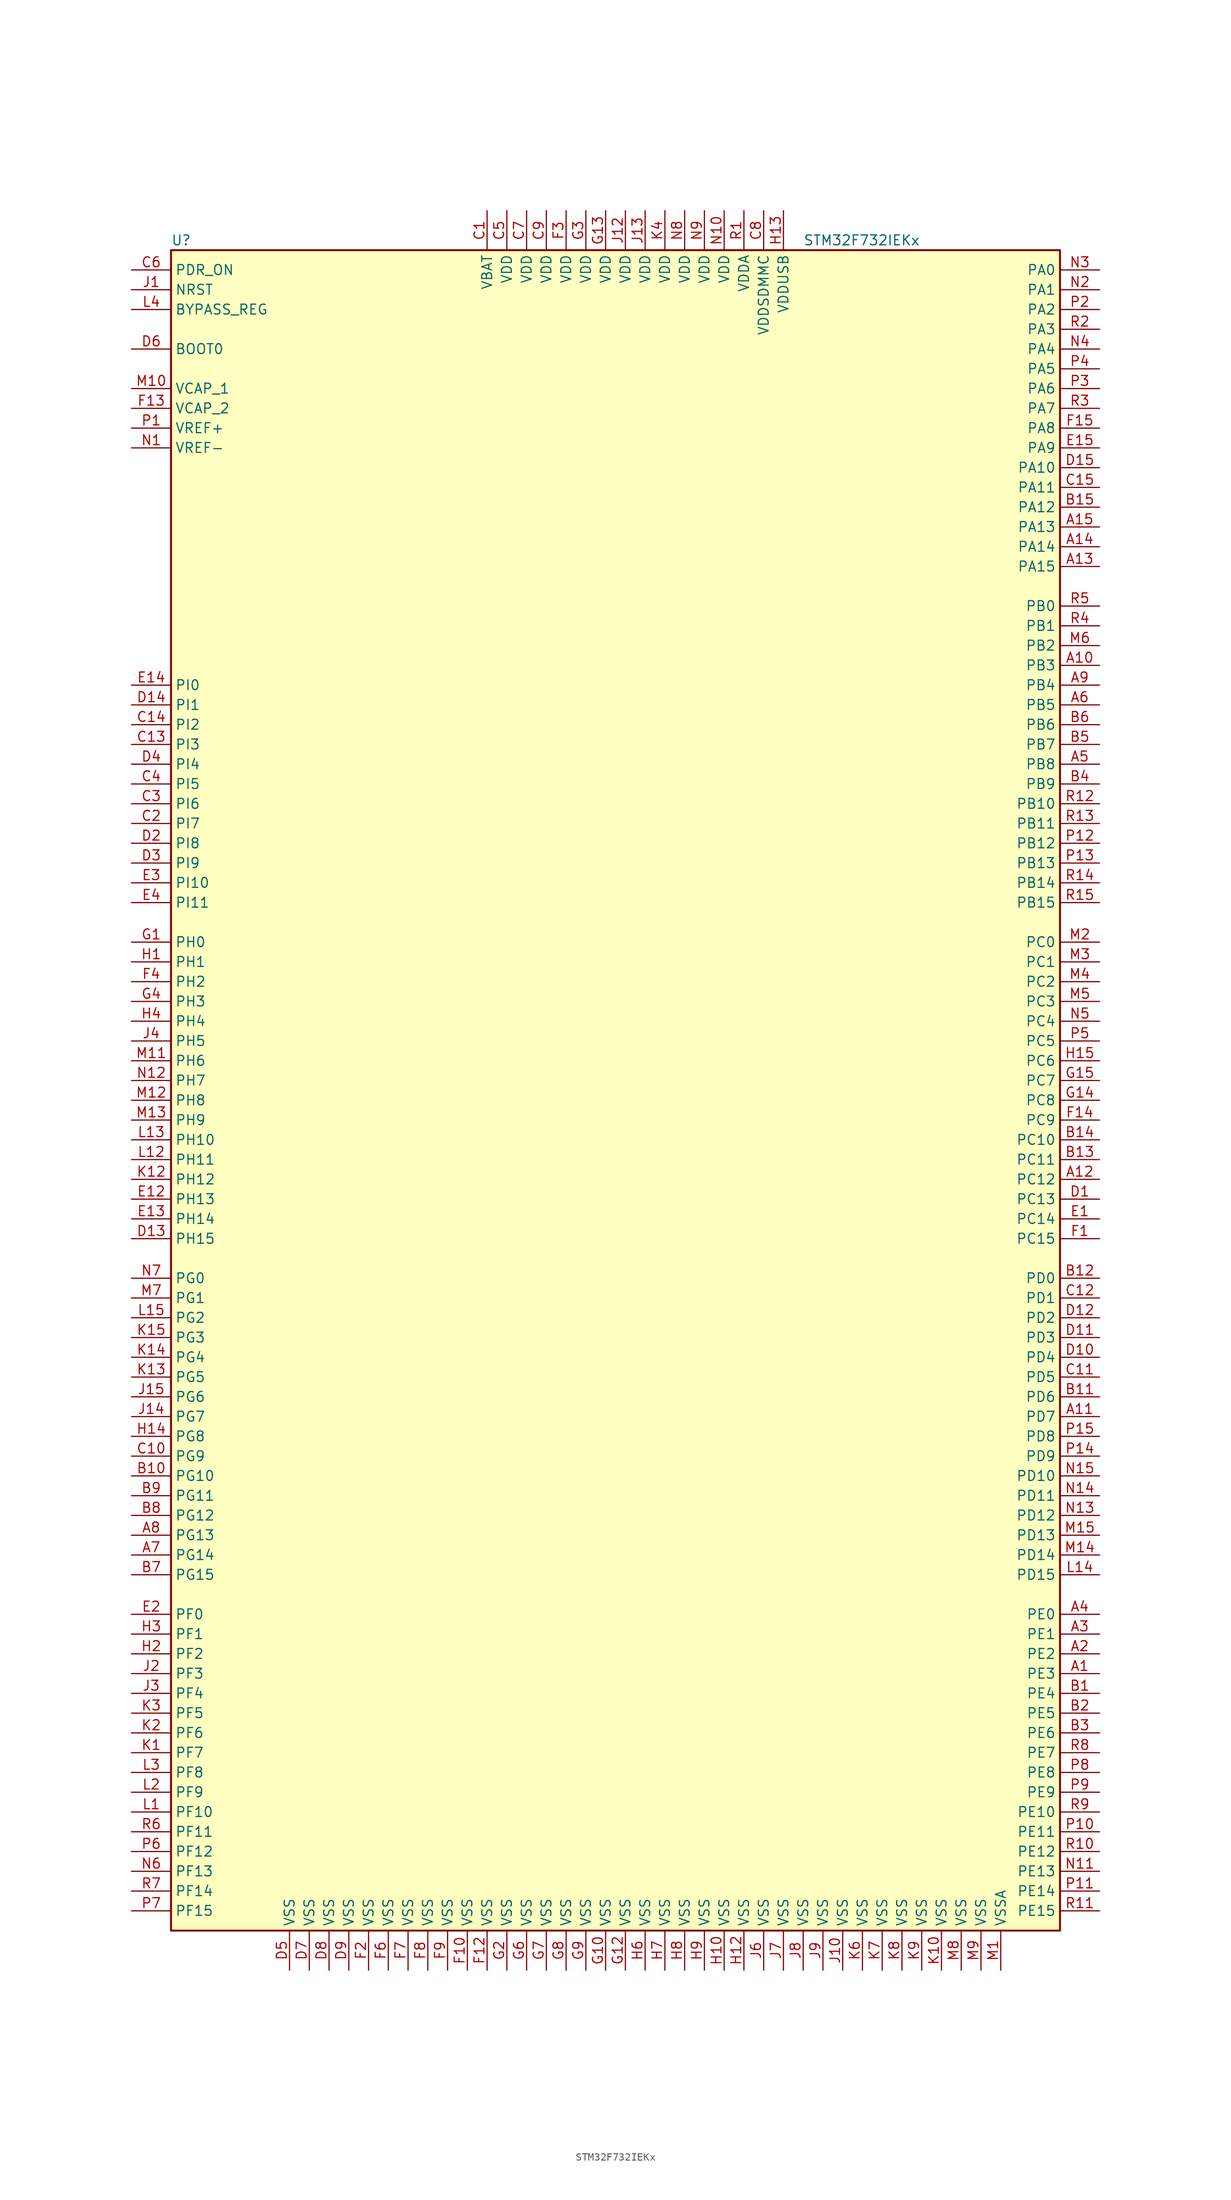
<source format=kicad_sym>
(kicad_symbol_lib
  (version 20201005)
  (generator kicad_symbol_editor)
  (symbol "STM32F732IEKx"
    (property "Reference" "U"
      (at -58.42 107.95 0)
      (effects (font (size 1.27 1.27)) (justify left)))
    (property "Value" "STM32F732IEKx"
      (at 22.86 107.95 0)
      (effects (font (size 1.27 1.27)) (justify left)))
    (symbol "STM32F732IEKx_0_1"
      (rectangle (start -58.42 -109.22) (end 55.88 106.68) (stroke (width 0.254)) (fill (type background))))
    (symbol "STM32F732IEKx_1_1"
      (pin input line (at -63.5 93.98 0) (length 5.08) (name "BOOT0" (effects (font (size 1.27 1.27)))) (number "D6" (effects (font (size 1.27 1.27)))))
      (pin input line (at -63.5 99.06 0) (length 5.08) (name "BYPASS_REG" (effects (font (size 1.27 1.27)))) (number "L4" (effects (font (size 1.27 1.27)))))
      (pin input line (at -63.5 101.6 0) (length 5.08) (name "NRST" (effects (font (size 1.27 1.27)))) (number "J1" (effects (font (size 1.27 1.27)))))
      (pin bidirectional line (at 60.96 104.14 180) (length 5.08) (name "PA0" (effects (font (size 1.27 1.27)))) (number "N3" (effects (font (size 1.27 1.27)))))
      (pin bidirectional line (at 60.96 101.6 180) (length 5.08) (name "PA1" (effects (font (size 1.27 1.27)))) (number "N2" (effects (font (size 1.27 1.27)))))
      (pin bidirectional line (at 60.96 78.74 180) (length 5.08) (name "PA10" (effects (font (size 1.27 1.27)))) (number "D15" (effects (font (size 1.27 1.27)))))
      (pin bidirectional line (at 60.96 76.2 180) (length 5.08) (name "PA11" (effects (font (size 1.27 1.27)))) (number "C15" (effects (font (size 1.27 1.27)))))
      (pin bidirectional line (at 60.96 73.66 180) (length 5.08) (name "PA12" (effects (font (size 1.27 1.27)))) (number "B15" (effects (font (size 1.27 1.27)))))
      (pin bidirectional line (at 60.96 71.12 180) (length 5.08) (name "PA13" (effects (font (size 1.27 1.27)))) (number "A15" (effects (font (size 1.27 1.27)))))
      (pin bidirectional line (at 60.96 68.58 180) (length 5.08) (name "PA14" (effects (font (size 1.27 1.27)))) (number "A14" (effects (font (size 1.27 1.27)))))
      (pin bidirectional line (at 60.96 66.04 180) (length 5.08) (name "PA15" (effects (font (size 1.27 1.27)))) (number "A13" (effects (font (size 1.27 1.27)))))
      (pin bidirectional line (at 60.96 99.06 180) (length 5.08) (name "PA2" (effects (font (size 1.27 1.27)))) (number "P2" (effects (font (size 1.27 1.27)))))
      (pin bidirectional line (at 60.96 96.52 180) (length 5.08) (name "PA3" (effects (font (size 1.27 1.27)))) (number "R2" (effects (font (size 1.27 1.27)))))
      (pin bidirectional line (at 60.96 93.98 180) (length 5.08) (name "PA4" (effects (font (size 1.27 1.27)))) (number "N4" (effects (font (size 1.27 1.27)))))
      (pin bidirectional line (at 60.96 91.44 180) (length 5.08) (name "PA5" (effects (font (size 1.27 1.27)))) (number "P4" (effects (font (size 1.27 1.27)))))
      (pin bidirectional line (at 60.96 88.9 180) (length 5.08) (name "PA6" (effects (font (size 1.27 1.27)))) (number "P3" (effects (font (size 1.27 1.27)))))
      (pin bidirectional line (at 60.96 86.36 180) (length 5.08) (name "PA7" (effects (font (size 1.27 1.27)))) (number "R3" (effects (font (size 1.27 1.27)))))
      (pin bidirectional line (at 60.96 83.82 180) (length 5.08) (name "PA8" (effects (font (size 1.27 1.27)))) (number "F15" (effects (font (size 1.27 1.27)))))
      (pin bidirectional line (at 60.96 81.28 180) (length 5.08) (name "PA9" (effects (font (size 1.27 1.27)))) (number "E15" (effects (font (size 1.27 1.27)))))
      (pin bidirectional line (at 60.96 60.96 180) (length 5.08) (name "PB0" (effects (font (size 1.27 1.27)))) (number "R5" (effects (font (size 1.27 1.27)))))
      (pin bidirectional line (at 60.96 58.42 180) (length 5.08) (name "PB1" (effects (font (size 1.27 1.27)))) (number "R4" (effects (font (size 1.27 1.27)))))
      (pin bidirectional line (at 60.96 35.56 180) (length 5.08) (name "PB10" (effects (font (size 1.27 1.27)))) (number "R12" (effects (font (size 1.27 1.27)))))
      (pin bidirectional line (at 60.96 33.02 180) (length 5.08) (name "PB11" (effects (font (size 1.27 1.27)))) (number "R13" (effects (font (size 1.27 1.27)))))
      (pin bidirectional line (at 60.96 30.48 180) (length 5.08) (name "PB12" (effects (font (size 1.27 1.27)))) (number "P12" (effects (font (size 1.27 1.27)))))
      (pin bidirectional line (at 60.96 27.94 180) (length 5.08) (name "PB13" (effects (font (size 1.27 1.27)))) (number "P13" (effects (font (size 1.27 1.27)))))
      (pin bidirectional line (at 60.96 25.4 180) (length 5.08) (name "PB14" (effects (font (size 1.27 1.27)))) (number "R14" (effects (font (size 1.27 1.27)))))
      (pin bidirectional line (at 60.96 22.86 180) (length 5.08) (name "PB15" (effects (font (size 1.27 1.27)))) (number "R15" (effects (font (size 1.27 1.27)))))
      (pin bidirectional line (at 60.96 55.88 180) (length 5.08) (name "PB2" (effects (font (size 1.27 1.27)))) (number "M6" (effects (font (size 1.27 1.27)))))
      (pin bidirectional line (at 60.96 53.34 180) (length 5.08) (name "PB3" (effects (font (size 1.27 1.27)))) (number "A10" (effects (font (size 1.27 1.27)))))
      (pin bidirectional line (at 60.96 50.8 180) (length 5.08) (name "PB4" (effects (font (size 1.27 1.27)))) (number "A9" (effects (font (size 1.27 1.27)))))
      (pin bidirectional line (at 60.96 48.26 180) (length 5.08) (name "PB5" (effects (font (size 1.27 1.27)))) (number "A6" (effects (font (size 1.27 1.27)))))
      (pin bidirectional line (at 60.96 45.72 180) (length 5.08) (name "PB6" (effects (font (size 1.27 1.27)))) (number "B6" (effects (font (size 1.27 1.27)))))
      (pin bidirectional line (at 60.96 43.18 180) (length 5.08) (name "PB7" (effects (font (size 1.27 1.27)))) (number "B5" (effects (font (size 1.27 1.27)))))
      (pin bidirectional line (at 60.96 40.64 180) (length 5.08) (name "PB8" (effects (font (size 1.27 1.27)))) (number "A5" (effects (font (size 1.27 1.27)))))
      (pin bidirectional line (at 60.96 38.1 180) (length 5.08) (name "PB9" (effects (font (size 1.27 1.27)))) (number "B4" (effects (font (size 1.27 1.27)))))
      (pin bidirectional line (at 60.96 17.78 180) (length 5.08) (name "PC0" (effects (font (size 1.27 1.27)))) (number "M2" (effects (font (size 1.27 1.27)))))
      (pin bidirectional line (at 60.96 15.24 180) (length 5.08) (name "PC1" (effects (font (size 1.27 1.27)))) (number "M3" (effects (font (size 1.27 1.27)))))
      (pin bidirectional line (at 60.96 -7.62 180) (length 5.08) (name "PC10" (effects (font (size 1.27 1.27)))) (number "B14" (effects (font (size 1.27 1.27)))))
      (pin bidirectional line (at 60.96 -10.16 180) (length 5.08) (name "PC11" (effects (font (size 1.27 1.27)))) (number "B13" (effects (font (size 1.27 1.27)))))
      (pin bidirectional line (at 60.96 -12.7 180) (length 5.08) (name "PC12" (effects (font (size 1.27 1.27)))) (number "A12" (effects (font (size 1.27 1.27)))))
      (pin bidirectional line (at 60.96 -15.24 180) (length 5.08) (name "PC13" (effects (font (size 1.27 1.27)))) (number "D1" (effects (font (size 1.27 1.27)))))
      (pin bidirectional line (at 60.96 -17.78 180) (length 5.08) (name "PC14" (effects (font (size 1.27 1.27)))) (number "E1" (effects (font (size 1.27 1.27)))))
      (pin bidirectional line (at 60.96 -20.32 180) (length 5.08) (name "PC15" (effects (font (size 1.27 1.27)))) (number "F1" (effects (font (size 1.27 1.27)))))
      (pin bidirectional line (at 60.96 12.7 180) (length 5.08) (name "PC2" (effects (font (size 1.27 1.27)))) (number "M4" (effects (font (size 1.27 1.27)))))
      (pin bidirectional line (at 60.96 10.16 180) (length 5.08) (name "PC3" (effects (font (size 1.27 1.27)))) (number "M5" (effects (font (size 1.27 1.27)))))
      (pin bidirectional line (at 60.96 7.62 180) (length 5.08) (name "PC4" (effects (font (size 1.27 1.27)))) (number "N5" (effects (font (size 1.27 1.27)))))
      (pin bidirectional line (at 60.96 5.08 180) (length 5.08) (name "PC5" (effects (font (size 1.27 1.27)))) (number "P5" (effects (font (size 1.27 1.27)))))
      (pin bidirectional line (at 60.96 2.54 180) (length 5.08) (name "PC6" (effects (font (size 1.27 1.27)))) (number "H15" (effects (font (size 1.27 1.27)))))
      (pin bidirectional line (at 60.96 0 180) (length 5.08) (name "PC7" (effects (font (size 1.27 1.27)))) (number "G15" (effects (font (size 1.27 1.27)))))
      (pin bidirectional line (at 60.96 -2.54 180) (length 5.08) (name "PC8" (effects (font (size 1.27 1.27)))) (number "G14" (effects (font (size 1.27 1.27)))))
      (pin bidirectional line (at 60.96 -5.08 180) (length 5.08) (name "PC9" (effects (font (size 1.27 1.27)))) (number "F14" (effects (font (size 1.27 1.27)))))
      (pin bidirectional line (at 60.96 -25.4 180) (length 5.08) (name "PD0" (effects (font (size 1.27 1.27)))) (number "B12" (effects (font (size 1.27 1.27)))))
      (pin bidirectional line (at 60.96 -27.94 180) (length 5.08) (name "PD1" (effects (font (size 1.27 1.27)))) (number "C12" (effects (font (size 1.27 1.27)))))
      (pin bidirectional line (at 60.96 -50.8 180) (length 5.08) (name "PD10" (effects (font (size 1.27 1.27)))) (number "N15" (effects (font (size 1.27 1.27)))))
      (pin bidirectional line (at 60.96 -53.34 180) (length 5.08) (name "PD11" (effects (font (size 1.27 1.27)))) (number "N14" (effects (font (size 1.27 1.27)))))
      (pin bidirectional line (at 60.96 -55.88 180) (length 5.08) (name "PD12" (effects (font (size 1.27 1.27)))) (number "N13" (effects (font (size 1.27 1.27)))))
      (pin bidirectional line (at 60.96 -58.42 180) (length 5.08) (name "PD13" (effects (font (size 1.27 1.27)))) (number "M15" (effects (font (size 1.27 1.27)))))
      (pin bidirectional line (at 60.96 -60.96 180) (length 5.08) (name "PD14" (effects (font (size 1.27 1.27)))) (number "M14" (effects (font (size 1.27 1.27)))))
      (pin bidirectional line (at 60.96 -63.5 180) (length 5.08) (name "PD15" (effects (font (size 1.27 1.27)))) (number "L14" (effects (font (size 1.27 1.27)))))
      (pin bidirectional line (at 60.96 -30.48 180) (length 5.08) (name "PD2" (effects (font (size 1.27 1.27)))) (number "D12" (effects (font (size 1.27 1.27)))))
      (pin bidirectional line (at 60.96 -33.02 180) (length 5.08) (name "PD3" (effects (font (size 1.27 1.27)))) (number "D11" (effects (font (size 1.27 1.27)))))
      (pin bidirectional line (at 60.96 -35.56 180) (length 5.08) (name "PD4" (effects (font (size 1.27 1.27)))) (number "D10" (effects (font (size 1.27 1.27)))))
      (pin bidirectional line (at 60.96 -38.1 180) (length 5.08) (name "PD5" (effects (font (size 1.27 1.27)))) (number "C11" (effects (font (size 1.27 1.27)))))
      (pin bidirectional line (at 60.96 -40.64 180) (length 5.08) (name "PD6" (effects (font (size 1.27 1.27)))) (number "B11" (effects (font (size 1.27 1.27)))))
      (pin bidirectional line (at 60.96 -43.18 180) (length 5.08) (name "PD7" (effects (font (size 1.27 1.27)))) (number "A11" (effects (font (size 1.27 1.27)))))
      (pin bidirectional line (at 60.96 -45.72 180) (length 5.08) (name "PD8" (effects (font (size 1.27 1.27)))) (number "P15" (effects (font (size 1.27 1.27)))))
      (pin bidirectional line (at 60.96 -48.26 180) (length 5.08) (name "PD9" (effects (font (size 1.27 1.27)))) (number "P14" (effects (font (size 1.27 1.27)))))
      (pin input line (at -63.5 104.14 0) (length 5.08) (name "PDR_ON" (effects (font (size 1.27 1.27)))) (number "C6" (effects (font (size 1.27 1.27)))))
      (pin bidirectional line (at 60.96 -68.58 180) (length 5.08) (name "PE0" (effects (font (size 1.27 1.27)))) (number "A4" (effects (font (size 1.27 1.27)))))
      (pin bidirectional line (at 60.96 -71.12 180) (length 5.08) (name "PE1" (effects (font (size 1.27 1.27)))) (number "A3" (effects (font (size 1.27 1.27)))))
      (pin bidirectional line (at 60.96 -93.98 180) (length 5.08) (name "PE10" (effects (font (size 1.27 1.27)))) (number "R9" (effects (font (size 1.27 1.27)))))
      (pin bidirectional line (at 60.96 -96.52 180) (length 5.08) (name "PE11" (effects (font (size 1.27 1.27)))) (number "P10" (effects (font (size 1.27 1.27)))))
      (pin bidirectional line (at 60.96 -99.06 180) (length 5.08) (name "PE12" (effects (font (size 1.27 1.27)))) (number "R10" (effects (font (size 1.27 1.27)))))
      (pin bidirectional line (at 60.96 -101.6 180) (length 5.08) (name "PE13" (effects (font (size 1.27 1.27)))) (number "N11" (effects (font (size 1.27 1.27)))))
      (pin bidirectional line (at 60.96 -104.14 180) (length 5.08) (name "PE14" (effects (font (size 1.27 1.27)))) (number "P11" (effects (font (size 1.27 1.27)))))
      (pin bidirectional line (at 60.96 -106.68 180) (length 5.08) (name "PE15" (effects (font (size 1.27 1.27)))) (number "R11" (effects (font (size 1.27 1.27)))))
      (pin bidirectional line (at 60.96 -73.66 180) (length 5.08) (name "PE2" (effects (font (size 1.27 1.27)))) (number "A2" (effects (font (size 1.27 1.27)))))
      (pin bidirectional line (at 60.96 -76.2 180) (length 5.08) (name "PE3" (effects (font (size 1.27 1.27)))) (number "A1" (effects (font (size 1.27 1.27)))))
      (pin bidirectional line (at 60.96 -78.74 180) (length 5.08) (name "PE4" (effects (font (size 1.27 1.27)))) (number "B1" (effects (font (size 1.27 1.27)))))
      (pin bidirectional line (at 60.96 -81.28 180) (length 5.08) (name "PE5" (effects (font (size 1.27 1.27)))) (number "B2" (effects (font (size 1.27 1.27)))))
      (pin bidirectional line (at 60.96 -83.82 180) (length 5.08) (name "PE6" (effects (font (size 1.27 1.27)))) (number "B3" (effects (font (size 1.27 1.27)))))
      (pin bidirectional line (at 60.96 -86.36 180) (length 5.08) (name "PE7" (effects (font (size 1.27 1.27)))) (number "R8" (effects (font (size 1.27 1.27)))))
      (pin bidirectional line (at 60.96 -88.9 180) (length 5.08) (name "PE8" (effects (font (size 1.27 1.27)))) (number "P8" (effects (font (size 1.27 1.27)))))
      (pin bidirectional line (at 60.96 -91.44 180) (length 5.08) (name "PE9" (effects (font (size 1.27 1.27)))) (number "P9" (effects (font (size 1.27 1.27)))))
      (pin bidirectional line (at -63.5 -68.58 0) (length 5.08) (name "PF0" (effects (font (size 1.27 1.27)))) (number "E2" (effects (font (size 1.27 1.27)))))
      (pin bidirectional line (at -63.5 -71.12 0) (length 5.08) (name "PF1" (effects (font (size 1.27 1.27)))) (number "H3" (effects (font (size 1.27 1.27)))))
      (pin bidirectional line (at -63.5 -93.98 0) (length 5.08) (name "PF10" (effects (font (size 1.27 1.27)))) (number "L1" (effects (font (size 1.27 1.27)))))
      (pin bidirectional line (at -63.5 -96.52 0) (length 5.08) (name "PF11" (effects (font (size 1.27 1.27)))) (number "R6" (effects (font (size 1.27 1.27)))))
      (pin bidirectional line (at -63.5 -99.06 0) (length 5.08) (name "PF12" (effects (font (size 1.27 1.27)))) (number "P6" (effects (font (size 1.27 1.27)))))
      (pin bidirectional line (at -63.5 -101.6 0) (length 5.08) (name "PF13" (effects (font (size 1.27 1.27)))) (number "N6" (effects (font (size 1.27 1.27)))))
      (pin bidirectional line (at -63.5 -104.14 0) (length 5.08) (name "PF14" (effects (font (size 1.27 1.27)))) (number "R7" (effects (font (size 1.27 1.27)))))
      (pin bidirectional line (at -63.5 -106.68 0) (length 5.08) (name "PF15" (effects (font (size 1.27 1.27)))) (number "P7" (effects (font (size 1.27 1.27)))))
      (pin bidirectional line (at -63.5 -73.66 0) (length 5.08) (name "PF2" (effects (font (size 1.27 1.27)))) (number "H2" (effects (font (size 1.27 1.27)))))
      (pin bidirectional line (at -63.5 -76.2 0) (length 5.08) (name "PF3" (effects (font (size 1.27 1.27)))) (number "J2" (effects (font (size 1.27 1.27)))))
      (pin bidirectional line (at -63.5 -78.74 0) (length 5.08) (name "PF4" (effects (font (size 1.27 1.27)))) (number "J3" (effects (font (size 1.27 1.27)))))
      (pin bidirectional line (at -63.5 -81.28 0) (length 5.08) (name "PF5" (effects (font (size 1.27 1.27)))) (number "K3" (effects (font (size 1.27 1.27)))))
      (pin bidirectional line (at -63.5 -83.82 0) (length 5.08) (name "PF6" (effects (font (size 1.27 1.27)))) (number "K2" (effects (font (size 1.27 1.27)))))
      (pin bidirectional line (at -63.5 -86.36 0) (length 5.08) (name "PF7" (effects (font (size 1.27 1.27)))) (number "K1" (effects (font (size 1.27 1.27)))))
      (pin bidirectional line (at -63.5 -88.9 0) (length 5.08) (name "PF8" (effects (font (size 1.27 1.27)))) (number "L3" (effects (font (size 1.27 1.27)))))
      (pin bidirectional line (at -63.5 -91.44 0) (length 5.08) (name "PF9" (effects (font (size 1.27 1.27)))) (number "L2" (effects (font (size 1.27 1.27)))))
      (pin bidirectional line (at -63.5 -25.4 0) (length 5.08) (name "PG0" (effects (font (size 1.27 1.27)))) (number "N7" (effects (font (size 1.27 1.27)))))
      (pin bidirectional line (at -63.5 -27.94 0) (length 5.08) (name "PG1" (effects (font (size 1.27 1.27)))) (number "M7" (effects (font (size 1.27 1.27)))))
      (pin bidirectional line (at -63.5 -50.8 0) (length 5.08) (name "PG10" (effects (font (size 1.27 1.27)))) (number "B10" (effects (font (size 1.27 1.27)))))
      (pin bidirectional line (at -63.5 -53.34 0) (length 5.08) (name "PG11" (effects (font (size 1.27 1.27)))) (number "B9" (effects (font (size 1.27 1.27)))))
      (pin bidirectional line (at -63.5 -55.88 0) (length 5.08) (name "PG12" (effects (font (size 1.27 1.27)))) (number "B8" (effects (font (size 1.27 1.27)))))
      (pin bidirectional line (at -63.5 -58.42 0) (length 5.08) (name "PG13" (effects (font (size 1.27 1.27)))) (number "A8" (effects (font (size 1.27 1.27)))))
      (pin bidirectional line (at -63.5 -60.96 0) (length 5.08) (name "PG14" (effects (font (size 1.27 1.27)))) (number "A7" (effects (font (size 1.27 1.27)))))
      (pin bidirectional line (at -63.5 -63.5 0) (length 5.08) (name "PG15" (effects (font (size 1.27 1.27)))) (number "B7" (effects (font (size 1.27 1.27)))))
      (pin bidirectional line (at -63.5 -30.48 0) (length 5.08) (name "PG2" (effects (font (size 1.27 1.27)))) (number "L15" (effects (font (size 1.27 1.27)))))
      (pin bidirectional line (at -63.5 -33.02 0) (length 5.08) (name "PG3" (effects (font (size 1.27 1.27)))) (number "K15" (effects (font (size 1.27 1.27)))))
      (pin bidirectional line (at -63.5 -35.56 0) (length 5.08) (name "PG4" (effects (font (size 1.27 1.27)))) (number "K14" (effects (font (size 1.27 1.27)))))
      (pin bidirectional line (at -63.5 -38.1 0) (length 5.08) (name "PG5" (effects (font (size 1.27 1.27)))) (number "K13" (effects (font (size 1.27 1.27)))))
      (pin bidirectional line (at -63.5 -40.64 0) (length 5.08) (name "PG6" (effects (font (size 1.27 1.27)))) (number "J15" (effects (font (size 1.27 1.27)))))
      (pin bidirectional line (at -63.5 -43.18 0) (length 5.08) (name "PG7" (effects (font (size 1.27 1.27)))) (number "J14" (effects (font (size 1.27 1.27)))))
      (pin bidirectional line (at -63.5 -45.72 0) (length 5.08) (name "PG8" (effects (font (size 1.27 1.27)))) (number "H14" (effects (font (size 1.27 1.27)))))
      (pin bidirectional line (at -63.5 -48.26 0) (length 5.08) (name "PG9" (effects (font (size 1.27 1.27)))) (number "C10" (effects (font (size 1.27 1.27)))))
      (pin input line (at -63.5 17.78 0) (length 5.08) (name "PH0" (effects (font (size 1.27 1.27)))) (number "G1" (effects (font (size 1.27 1.27)))))
      (pin input line (at -63.5 15.24 0) (length 5.08) (name "PH1" (effects (font (size 1.27 1.27)))) (number "H1" (effects (font (size 1.27 1.27)))))
      (pin bidirectional line (at -63.5 -7.62 0) (length 5.08) (name "PH10" (effects (font (size 1.27 1.27)))) (number "L13" (effects (font (size 1.27 1.27)))))
      (pin bidirectional line (at -63.5 -10.16 0) (length 5.08) (name "PH11" (effects (font (size 1.27 1.27)))) (number "L12" (effects (font (size 1.27 1.27)))))
      (pin bidirectional line (at -63.5 -12.7 0) (length 5.08) (name "PH12" (effects (font (size 1.27 1.27)))) (number "K12" (effects (font (size 1.27 1.27)))))
      (pin bidirectional line (at -63.5 -15.24 0) (length 5.08) (name "PH13" (effects (font (size 1.27 1.27)))) (number "E12" (effects (font (size 1.27 1.27)))))
      (pin bidirectional line (at -63.5 -17.78 0) (length 5.08) (name "PH14" (effects (font (size 1.27 1.27)))) (number "E13" (effects (font (size 1.27 1.27)))))
      (pin bidirectional line (at -63.5 -20.32 0) (length 5.08) (name "PH15" (effects (font (size 1.27 1.27)))) (number "D13" (effects (font (size 1.27 1.27)))))
      (pin bidirectional line (at -63.5 12.7 0) (length 5.08) (name "PH2" (effects (font (size 1.27 1.27)))) (number "F4" (effects (font (size 1.27 1.27)))))
      (pin bidirectional line (at -63.5 10.16 0) (length 5.08) (name "PH3" (effects (font (size 1.27 1.27)))) (number "G4" (effects (font (size 1.27 1.27)))))
      (pin bidirectional line (at -63.5 7.62 0) (length 5.08) (name "PH4" (effects (font (size 1.27 1.27)))) (number "H4" (effects (font (size 1.27 1.27)))))
      (pin bidirectional line (at -63.5 5.08 0) (length 5.08) (name "PH5" (effects (font (size 1.27 1.27)))) (number "J4" (effects (font (size 1.27 1.27)))))
      (pin bidirectional line (at -63.5 2.54 0) (length 5.08) (name "PH6" (effects (font (size 1.27 1.27)))) (number "M11" (effects (font (size 1.27 1.27)))))
      (pin bidirectional line (at -63.5 0 0) (length 5.08) (name "PH7" (effects (font (size 1.27 1.27)))) (number "N12" (effects (font (size 1.27 1.27)))))
      (pin bidirectional line (at -63.5 -2.54 0) (length 5.08) (name "PH8" (effects (font (size 1.27 1.27)))) (number "M12" (effects (font (size 1.27 1.27)))))
      (pin bidirectional line (at -63.5 -5.08 0) (length 5.08) (name "PH9" (effects (font (size 1.27 1.27)))) (number "M13" (effects (font (size 1.27 1.27)))))
      (pin bidirectional line (at -63.5 50.8 0) (length 5.08) (name "PI0" (effects (font (size 1.27 1.27)))) (number "E14" (effects (font (size 1.27 1.27)))))
      (pin bidirectional line (at -63.5 48.26 0) (length 5.08) (name "PI1" (effects (font (size 1.27 1.27)))) (number "D14" (effects (font (size 1.27 1.27)))))
      (pin bidirectional line (at -63.5 25.4 0) (length 5.08) (name "PI10" (effects (font (size 1.27 1.27)))) (number "E3" (effects (font (size 1.27 1.27)))))
      (pin bidirectional line (at -63.5 22.86 0) (length 5.08) (name "PI11" (effects (font (size 1.27 1.27)))) (number "E4" (effects (font (size 1.27 1.27)))))
      (pin bidirectional line (at -63.5 45.72 0) (length 5.08) (name "PI2" (effects (font (size 1.27 1.27)))) (number "C14" (effects (font (size 1.27 1.27)))))
      (pin bidirectional line (at -63.5 43.18 0) (length 5.08) (name "PI3" (effects (font (size 1.27 1.27)))) (number "C13" (effects (font (size 1.27 1.27)))))
      (pin bidirectional line (at -63.5 40.64 0) (length 5.08) (name "PI4" (effects (font (size 1.27 1.27)))) (number "D4" (effects (font (size 1.27 1.27)))))
      (pin bidirectional line (at -63.5 38.1 0) (length 5.08) (name "PI5" (effects (font (size 1.27 1.27)))) (number "C4" (effects (font (size 1.27 1.27)))))
      (pin bidirectional line (at -63.5 35.56 0) (length 5.08) (name "PI6" (effects (font (size 1.27 1.27)))) (number "C3" (effects (font (size 1.27 1.27)))))
      (pin bidirectional line (at -63.5 33.02 0) (length 5.08) (name "PI7" (effects (font (size 1.27 1.27)))) (number "C2" (effects (font (size 1.27 1.27)))))
      (pin bidirectional line (at -63.5 30.48 0) (length 5.08) (name "PI8" (effects (font (size 1.27 1.27)))) (number "D2" (effects (font (size 1.27 1.27)))))
      (pin bidirectional line (at -63.5 27.94 0) (length 5.08) (name "PI9" (effects (font (size 1.27 1.27)))) (number "D3" (effects (font (size 1.27 1.27)))))
      (pin power_in line (at -17.78 111.76 270) (length 5.08) (name "VBAT" (effects (font (size 1.27 1.27)))) (number "C1" (effects (font (size 1.27 1.27)))))
      (pin power_in line (at -63.5 88.9 0) (length 5.08) (name "VCAP_1" (effects (font (size 1.27 1.27)))) (number "M10" (effects (font (size 1.27 1.27)))))
      (pin power_in line (at -63.5 86.36 0) (length 5.08) (name "VCAP_2" (effects (font (size 1.27 1.27)))) (number "F13" (effects (font (size 1.27 1.27)))))
      (pin power_in line (at -15.24 111.76 270) (length 5.08) (name "VDD" (effects (font (size 1.27 1.27)))) (number "C5" (effects (font (size 1.27 1.27)))))
      (pin power_in line (at -12.7 111.76 270) (length 5.08) (name "VDD" (effects (font (size 1.27 1.27)))) (number "C7" (effects (font (size 1.27 1.27)))))
      (pin power_in line (at -10.16 111.76 270) (length 5.08) (name "VDD" (effects (font (size 1.27 1.27)))) (number "C9" (effects (font (size 1.27 1.27)))))
      (pin power_in line (at -7.62 111.76 270) (length 5.08) (name "VDD" (effects (font (size 1.27 1.27)))) (number "F3" (effects (font (size 1.27 1.27)))))
      (pin power_in line (at -2.54 111.76 270) (length 5.08) (name "VDD" (effects (font (size 1.27 1.27)))) (number "G13" (effects (font (size 1.27 1.27)))))
      (pin power_in line (at -5.08 111.76 270) (length 5.08) (name "VDD" (effects (font (size 1.27 1.27)))) (number "G3" (effects (font (size 1.27 1.27)))))
      (pin power_in line (at 0 111.76 270) (length 5.08) (name "VDD" (effects (font (size 1.27 1.27)))) (number "J12" (effects (font (size 1.27 1.27)))))
      (pin power_in line (at 2.54 111.76 270) (length 5.08) (name "VDD" (effects (font (size 1.27 1.27)))) (number "J13" (effects (font (size 1.27 1.27)))))
      (pin power_in line (at 5.08 111.76 270) (length 5.08) (name "VDD" (effects (font (size 1.27 1.27)))) (number "K4" (effects (font (size 1.27 1.27)))))
      (pin power_in line (at 12.7 111.76 270) (length 5.08) (name "VDD" (effects (font (size 1.27 1.27)))) (number "N10" (effects (font (size 1.27 1.27)))))
      (pin power_in line (at 7.62 111.76 270) (length 5.08) (name "VDD" (effects (font (size 1.27 1.27)))) (number "N8" (effects (font (size 1.27 1.27)))))
      (pin power_in line (at 10.16 111.76 270) (length 5.08) (name "VDD" (effects (font (size 1.27 1.27)))) (number "N9" (effects (font (size 1.27 1.27)))))
      (pin power_in line (at 15.24 111.76 270) (length 5.08) (name "VDDA" (effects (font (size 1.27 1.27)))) (number "R1" (effects (font (size 1.27 1.27)))))
      (pin power_in line (at 17.78 111.76 270) (length 5.08) (name "VDDSDMMC" (effects (font (size 1.27 1.27)))) (number "C8" (effects (font (size 1.27 1.27)))))
      (pin power_in line (at 20.32 111.76 270) (length 5.08) (name "VDDUSB" (effects (font (size 1.27 1.27)))) (number "H13" (effects (font (size 1.27 1.27)))))
      (pin power_in line (at -63.5 83.82 0) (length 5.08) (name "VREF+" (effects (font (size 1.27 1.27)))) (number "P1" (effects (font (size 1.27 1.27)))))
      (pin power_in line (at -63.5 81.28 0) (length 5.08) (name "VREF-" (effects (font (size 1.27 1.27)))) (number "N1" (effects (font (size 1.27 1.27)))))
      (pin power_in line (at -43.18 -114.3 90) (length 5.08) (name "VSS" (effects (font (size 1.27 1.27)))) (number "D5" (effects (font (size 1.27 1.27)))))
      (pin power_in line (at -40.64 -114.3 90) (length 5.08) (name "VSS" (effects (font (size 1.27 1.27)))) (number "D7" (effects (font (size 1.27 1.27)))))
      (pin power_in line (at -38.1 -114.3 90) (length 5.08) (name "VSS" (effects (font (size 1.27 1.27)))) (number "D8" (effects (font (size 1.27 1.27)))))
      (pin power_in line (at -35.56 -114.3 90) (length 5.08) (name "VSS" (effects (font (size 1.27 1.27)))) (number "D9" (effects (font (size 1.27 1.27)))))
      (pin power_in line (at -20.32 -114.3 90) (length 5.08) (name "VSS" (effects (font (size 1.27 1.27)))) (number "F10" (effects (font (size 1.27 1.27)))))
      (pin power_in line (at -17.78 -114.3 90) (length 5.08) (name "VSS" (effects (font (size 1.27 1.27)))) (number "F12" (effects (font (size 1.27 1.27)))))
      (pin power_in line (at -33.02 -114.3 90) (length 5.08) (name "VSS" (effects (font (size 1.27 1.27)))) (number "F2" (effects (font (size 1.27 1.27)))))
      (pin power_in line (at -30.48 -114.3 90) (length 5.08) (name "VSS" (effects (font (size 1.27 1.27)))) (number "F6" (effects (font (size 1.27 1.27)))))
      (pin power_in line (at -27.94 -114.3 90) (length 5.08) (name "VSS" (effects (font (size 1.27 1.27)))) (number "F7" (effects (font (size 1.27 1.27)))))
      (pin power_in line (at -25.4 -114.3 90) (length 5.08) (name "VSS" (effects (font (size 1.27 1.27)))) (number "F8" (effects (font (size 1.27 1.27)))))
      (pin power_in line (at -22.86 -114.3 90) (length 5.08) (name "VSS" (effects (font (size 1.27 1.27)))) (number "F9" (effects (font (size 1.27 1.27)))))
      (pin power_in line (at -2.54 -114.3 90) (length 5.08) (name "VSS" (effects (font (size 1.27 1.27)))) (number "G10" (effects (font (size 1.27 1.27)))))
      (pin power_in line (at 0 -114.3 90) (length 5.08) (name "VSS" (effects (font (size 1.27 1.27)))) (number "G12" (effects (font (size 1.27 1.27)))))
      (pin power_in line (at -15.24 -114.3 90) (length 5.08) (name "VSS" (effects (font (size 1.27 1.27)))) (number "G2" (effects (font (size 1.27 1.27)))))
      (pin power_in line (at -12.7 -114.3 90) (length 5.08) (name "VSS" (effects (font (size 1.27 1.27)))) (number "G6" (effects (font (size 1.27 1.27)))))
      (pin power_in line (at -10.16 -114.3 90) (length 5.08) (name "VSS" (effects (font (size 1.27 1.27)))) (number "G7" (effects (font (size 1.27 1.27)))))
      (pin power_in line (at -7.62 -114.3 90) (length 5.08) (name "VSS" (effects (font (size 1.27 1.27)))) (number "G8" (effects (font (size 1.27 1.27)))))
      (pin power_in line (at -5.08 -114.3 90) (length 5.08) (name "VSS" (effects (font (size 1.27 1.27)))) (number "G9" (effects (font (size 1.27 1.27)))))
      (pin power_in line (at 12.7 -114.3 90) (length 5.08) (name "VSS" (effects (font (size 1.27 1.27)))) (number "H10" (effects (font (size 1.27 1.27)))))
      (pin power_in line (at 15.24 -114.3 90) (length 5.08) (name "VSS" (effects (font (size 1.27 1.27)))) (number "H12" (effects (font (size 1.27 1.27)))))
      (pin power_in line (at 2.54 -114.3 90) (length 5.08) (name "VSS" (effects (font (size 1.27 1.27)))) (number "H6" (effects (font (size 1.27 1.27)))))
      (pin power_in line (at 5.08 -114.3 90) (length 5.08) (name "VSS" (effects (font (size 1.27 1.27)))) (number "H7" (effects (font (size 1.27 1.27)))))
      (pin power_in line (at 7.62 -114.3 90) (length 5.08) (name "VSS" (effects (font (size 1.27 1.27)))) (number "H8" (effects (font (size 1.27 1.27)))))
      (pin power_in line (at 10.16 -114.3 90) (length 5.08) (name "VSS" (effects (font (size 1.27 1.27)))) (number "H9" (effects (font (size 1.27 1.27)))))
      (pin power_in line (at 27.94 -114.3 90) (length 5.08) (name "VSS" (effects (font (size 1.27 1.27)))) (number "J10" (effects (font (size 1.27 1.27)))))
      (pin power_in line (at 17.78 -114.3 90) (length 5.08) (name "VSS" (effects (font (size 1.27 1.27)))) (number "J6" (effects (font (size 1.27 1.27)))))
      (pin power_in line (at 20.32 -114.3 90) (length 5.08) (name "VSS" (effects (font (size 1.27 1.27)))) (number "J7" (effects (font (size 1.27 1.27)))))
      (pin power_in line (at 22.86 -114.3 90) (length 5.08) (name "VSS" (effects (font (size 1.27 1.27)))) (number "J8" (effects (font (size 1.27 1.27)))))
      (pin power_in line (at 25.4 -114.3 90) (length 5.08) (name "VSS" (effects (font (size 1.27 1.27)))) (number "J9" (effects (font (size 1.27 1.27)))))
      (pin power_in line (at 40.64 -114.3 90) (length 5.08) (name "VSS" (effects (font (size 1.27 1.27)))) (number "K10" (effects (font (size 1.27 1.27)))))
      (pin power_in line (at 30.48 -114.3 90) (length 5.08) (name "VSS" (effects (font (size 1.27 1.27)))) (number "K6" (effects (font (size 1.27 1.27)))))
      (pin power_in line (at 33.02 -114.3 90) (length 5.08) (name "VSS" (effects (font (size 1.27 1.27)))) (number "K7" (effects (font (size 1.27 1.27)))))
      (pin power_in line (at 35.56 -114.3 90) (length 5.08) (name "VSS" (effects (font (size 1.27 1.27)))) (number "K8" (effects (font (size 1.27 1.27)))))
      (pin power_in line (at 38.1 -114.3 90) (length 5.08) (name "VSS" (effects (font (size 1.27 1.27)))) (number "K9" (effects (font (size 1.27 1.27)))))
      (pin power_in line (at 43.18 -114.3 90) (length 5.08) (name "VSS" (effects (font (size 1.27 1.27)))) (number "M8" (effects (font (size 1.27 1.27)))))
      (pin power_in line (at 45.72 -114.3 90) (length 5.08) (name "VSS" (effects (font (size 1.27 1.27)))) (number "M9" (effects (font (size 1.27 1.27)))))
      (pin power_in line (at 48.26 -114.3 90) (length 5.08) (name "VSSA" (effects (font (size 1.27 1.27)))) (number "M1" (effects (font (size 1.27 1.27))))))))
</source>
